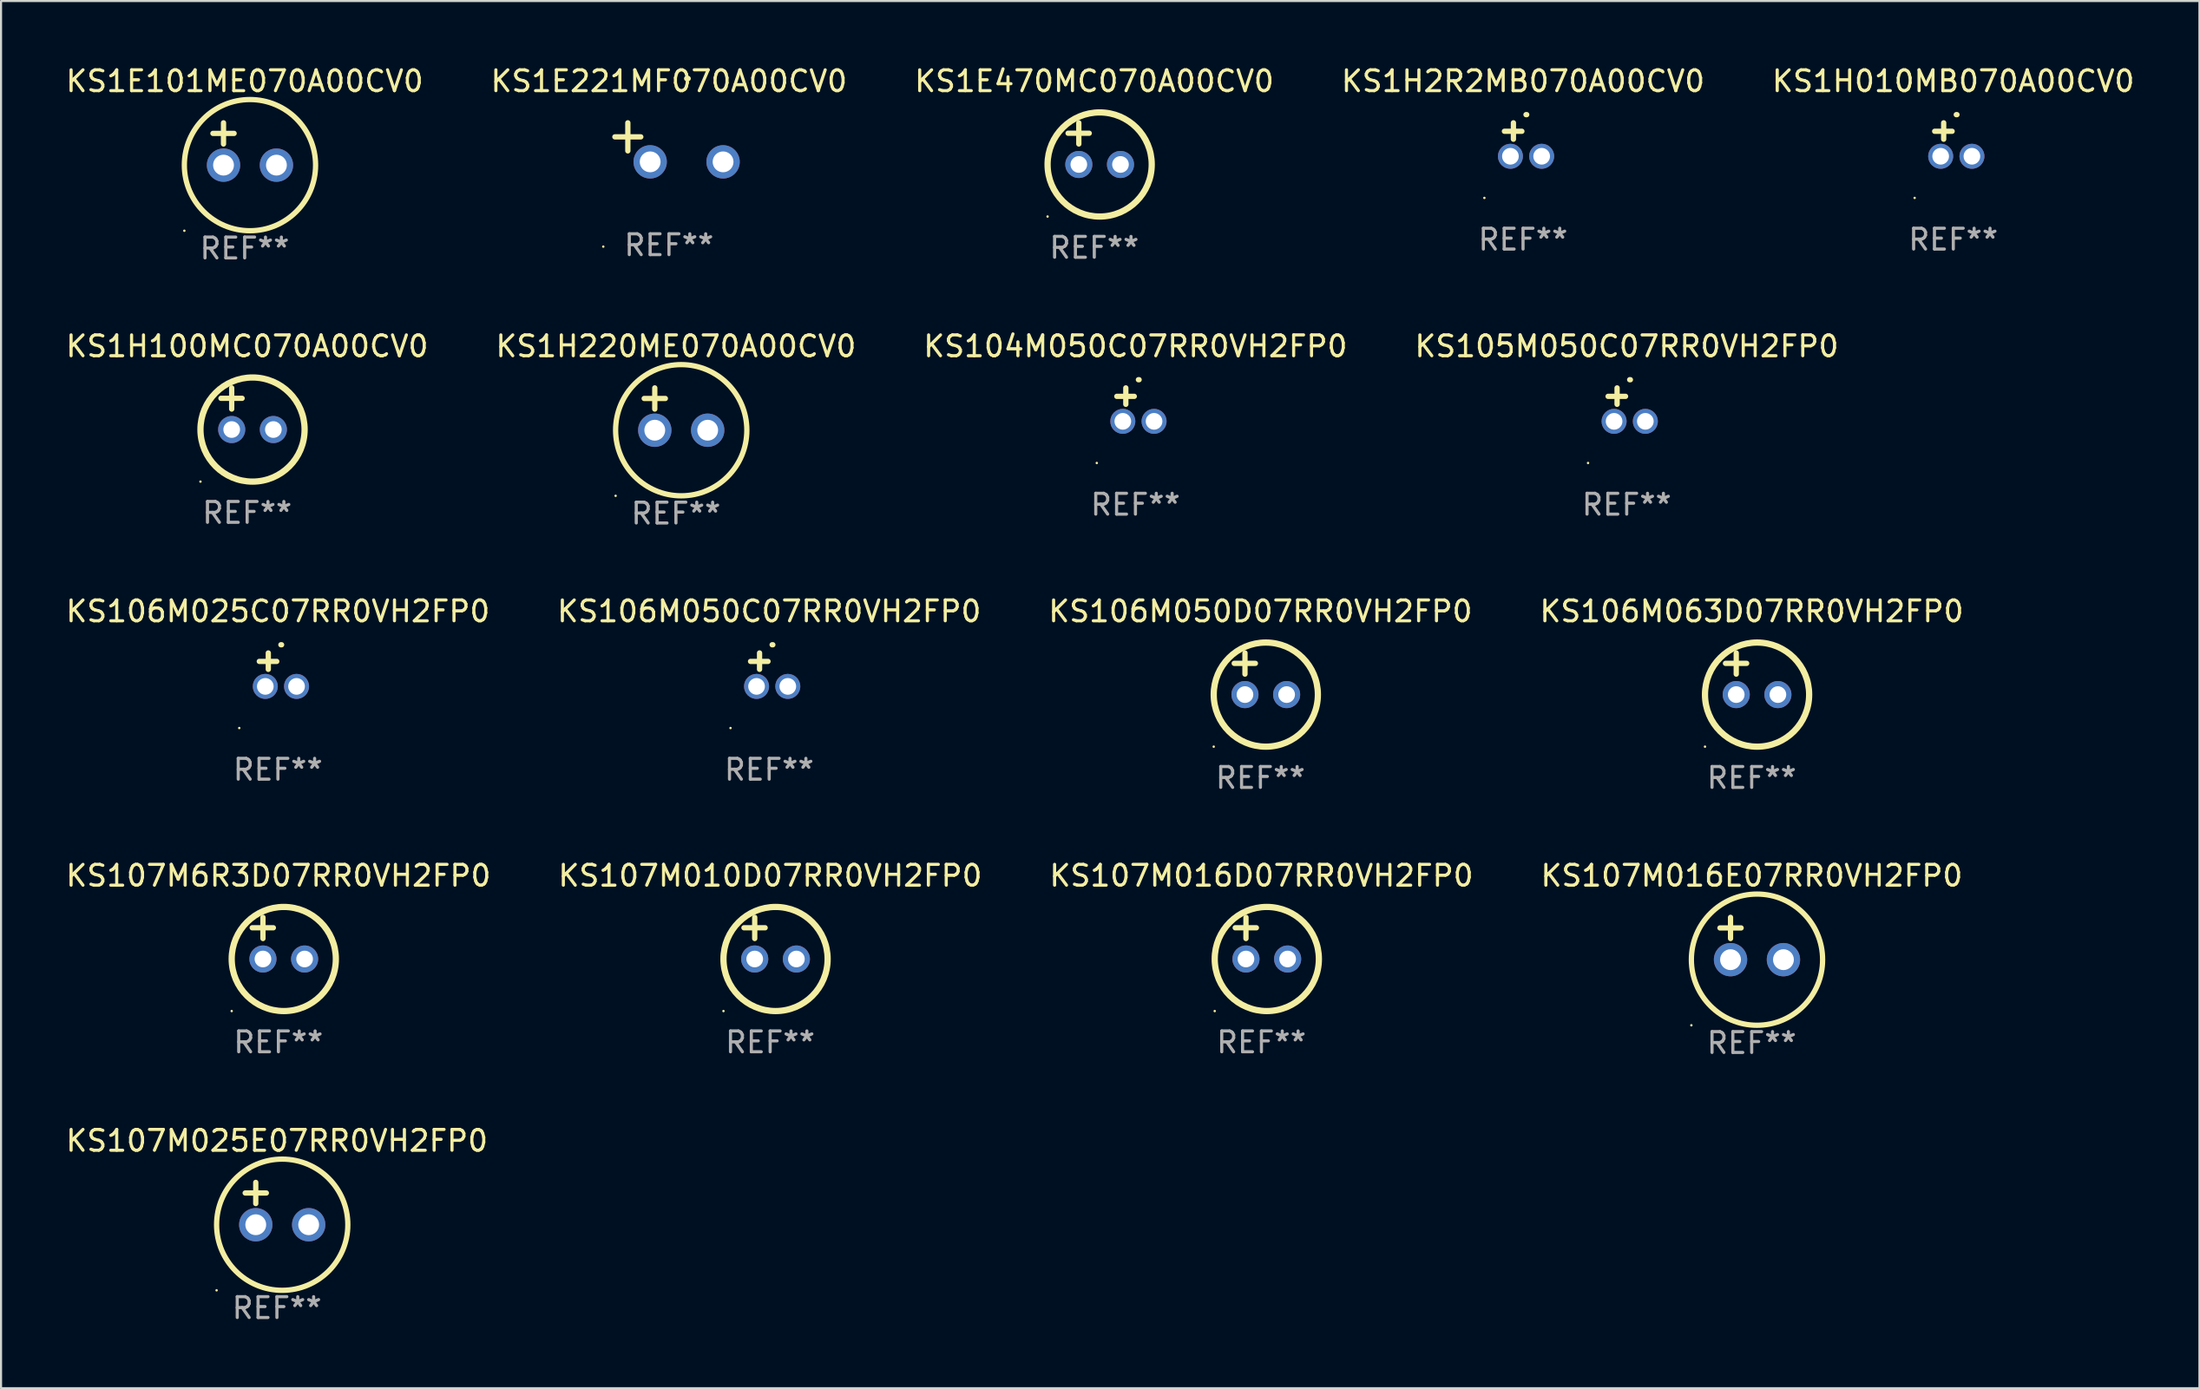
<source format=kicad_pcb>
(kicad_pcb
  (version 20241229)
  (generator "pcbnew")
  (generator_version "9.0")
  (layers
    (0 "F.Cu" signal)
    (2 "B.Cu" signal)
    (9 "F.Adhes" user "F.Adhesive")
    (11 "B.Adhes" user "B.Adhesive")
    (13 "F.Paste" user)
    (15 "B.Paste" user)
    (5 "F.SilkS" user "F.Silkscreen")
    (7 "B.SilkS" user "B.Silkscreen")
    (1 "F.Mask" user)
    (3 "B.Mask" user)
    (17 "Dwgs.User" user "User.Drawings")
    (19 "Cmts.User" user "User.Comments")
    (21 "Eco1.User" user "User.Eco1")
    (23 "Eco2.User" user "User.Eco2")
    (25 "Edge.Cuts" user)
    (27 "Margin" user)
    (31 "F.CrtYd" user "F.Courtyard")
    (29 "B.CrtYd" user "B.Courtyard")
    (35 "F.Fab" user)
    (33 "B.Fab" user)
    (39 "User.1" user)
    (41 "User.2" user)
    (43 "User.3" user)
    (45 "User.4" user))
  (footprint "KS104M050C07RR0VH2FP0"
    (layer "F.Cu")
    (at 51.458 16.38)
    (property "Reference" "KS104M050C07RR0VH2FP0" (at 0 -2.803 0) (layer "F.SilkS") (effects (font (size 1 1) (thickness 0.15))))
    (attr through_hole)
    (fp_line (start -0.462 -0.016) (end -0.462 -0.803) (stroke (width 0.254) (type solid)) (layer "F.SilkS"))
    (fp_line (start -0.056 -0.397) (end -0.894 -0.397) (stroke (width 0.254) (type solid)) (layer "F.SilkS"))
    (fp_arc (start 0.142799 -1.195784) (mid 0.159309 -1.195852) (end 0.175819 -1.195784) (stroke (width 0.254001) (type solid)) (layer "F.SilkS"))
    (fp_circle (center -1.856 2.803) (end -1.826 2.803) (stroke (width 0.06) (type solid)) (fill no) (layer "F.SilkS"))
    (fp_text user "REF**" (at 0 4.803 0) (layer "F.Fab") (effects (font (size 1 1) (thickness 0.15))))
    (pad "1" thru_hole circle (at -0.606 0.803) (size 1.2 1.2) (drill 0.8) (layers "*.Cu" "*.Mask"))
    (pad "2" thru_hole circle (at 0.894 0.803) (size 1.2 1.2) (drill 0.8) (layers "*.Cu" "*.Mask")))
  (footprint "KS1H2R2MB070A00CV0"
    (layer "F.Cu")
    (at 70.065 3.651)
    (property "Reference" "KS1H2R2MB070A00CV0" (at 0 -2.803 0) (layer "F.SilkS") (effects (font (size 1 1) (thickness 0.15))))
    (attr through_hole)
    (fp_line (start -0.462 -0.016) (end -0.462 -0.803) (stroke (width 0.254) (type solid)) (layer "F.SilkS"))
    (fp_line (start -0.056 -0.397) (end -0.894 -0.397) (stroke (width 0.254) (type solid)) (layer "F.SilkS"))
    (fp_arc (start 0.142799 -1.195784) (mid 0.159309 -1.195852) (end 0.175819 -1.195784) (stroke (width 0.254001) (type solid)) (layer "F.SilkS"))
    (fp_circle (center -1.856 2.803) (end -1.826 2.803) (stroke (width 0.06) (type solid)) (fill no) (layer "F.SilkS"))
    (fp_text user "REF**" (at 0 4.803 0) (layer "F.Fab") (effects (font (size 1 1) (thickness 0.15))))
    (pad "1" thru_hole circle (at -0.606 0.803) (size 1.2 1.2) (drill 0.8) (layers "*.Cu" "*.Mask"))
    (pad "2" thru_hole circle (at 0.894 0.803) (size 1.2 1.2) (drill 0.8) (layers "*.Cu" "*.Mask")))
  (footprint "KS106M050C07RR0VH2FP0"
    (layer "F.Cu")
    (at 33.875 29.108)
    (property "Reference" "KS106M050C07RR0VH2FP0" (at 0 -2.803 0) (layer "F.SilkS") (effects (font (size 1 1) (thickness 0.15))))
    (attr through_hole)
    (fp_line (start -0.462 -0.016) (end -0.462 -0.803) (stroke (width 0.254) (type solid)) (layer "F.SilkS"))
    (fp_line (start -0.056 -0.397) (end -0.894 -0.397) (stroke (width 0.254) (type solid)) (layer "F.SilkS"))
    (fp_arc (start 0.142799 -1.195784) (mid 0.159309 -1.195852) (end 0.175819 -1.195784) (stroke (width 0.254001) (type solid)) (layer "F.SilkS"))
    (fp_circle (center -1.856 2.803) (end -1.826 2.803) (stroke (width 0.06) (type solid)) (fill no) (layer "F.SilkS"))
    (fp_text user "REF**" (at 0 4.803 0) (layer "F.Fab") (effects (font (size 1 1) (thickness 0.15))))
    (pad "1" thru_hole circle (at -0.606 0.803) (size 1.2 1.2) (drill 0.8) (layers "*.Cu" "*.Mask"))
    (pad "2" thru_hole circle (at 0.894 0.803) (size 1.2 1.2) (drill 0.8) (layers "*.Cu" "*.Mask")))
  (footprint "KS1E470MC070A00CV0"
    (layer "F.Cu")
    (at 49.482 3.848)
    (property "Reference" "KS1E470MC070A00CV0" (at 0 -3 0) (layer "F.SilkS") (effects (font (size 1 1) (thickness 0.15))))
    (attr through_hole)
    (fp_line (start -1.258 -0.5) (end -0.242 -0.5) (stroke (width 0.254) (type solid)) (layer "F.SilkS"))
    (fp_line (start -0.742 -1) (end -0.742 0.016) (stroke (width 0.254) (type solid)) (layer "F.SilkS"))
    (fp_circle (center -2.242 3.5) (end -2.212 3.5) (stroke (width 0.06) (type solid)) (fill no) (layer "F.SilkS"))
    (fp_circle (center 0.258 1) (end 2.758 1) (stroke (width 0.3) (type solid)) (fill no) (layer "F.SilkS"))
    (fp_text user "REF**" (at 0 5 0) (layer "F.Fab") (effects (font (size 1 1) (thickness 0.15))))
    (pad "1" thru_hole circle (at -0.742 1) (size 1.3 1.3) (drill 0.8) (layers "*.Cu" "*.Mask"))
    (pad "2" thru_hole circle (at 1.258 1) (size 1.3 1.3) (drill 0.8) (layers "*.Cu" "*.Mask")))
  (footprint "KS107M6R3D07RR0VH2FP0"
    (layer "F.Cu")
    (at 10.315 42.002)
    (property "Reference" "KS107M6R3D07RR0VH2FP0" (at 0 -3 0) (layer "F.SilkS") (effects (font (size 1 1) (thickness 0.15))))
    (attr through_hole)
    (fp_line (start -1.258 -0.5) (end -0.242 -0.5) (stroke (width 0.254) (type solid)) (layer "F.SilkS"))
    (fp_line (start -0.742 -1) (end -0.742 0.016) (stroke (width 0.254) (type solid)) (layer "F.SilkS"))
    (fp_circle (center -2.242 3.5) (end -2.212 3.5) (stroke (width 0.06) (type solid)) (fill no) (layer "F.SilkS"))
    (fp_circle (center 0.258 1) (end 2.758 1) (stroke (width 0.3) (type solid)) (fill no) (layer "F.SilkS"))
    (fp_text user "REF**" (at 0 5 0) (layer "F.Fab") (effects (font (size 1 1) (thickness 0.15))))
    (pad "1" thru_hole circle (at -0.742 1) (size 1.3 1.3) (drill 0.8) (layers "*.Cu" "*.Mask"))
    (pad "2" thru_hole circle (at 1.258 1) (size 1.3 1.3) (drill 0.8) (layers "*.Cu" "*.Mask")))
  (footprint "KS1E221MF070A00CV0"
    (layer "F.Cu")
    (at 29.065 3.785)
    (property "Reference" "KS1E221MF070A00CV0" (at 0 -2.937 0) (layer "F.SilkS") (effects (font (size 1 1) (thickness 0.15))))
    (attr through_hole)
    (fp_line (start -1.975 0.41) (end -1.975 -0.937) (stroke (width 0.254) (type solid)) (layer "F.SilkS"))
    (fp_line (start -1.353 -0.263) (end -2.597 -0.263) (stroke (width 0.254) (type solid)) (layer "F.SilkS"))
    (fp_arc (start 0.849809 -3.063957) (mid 0.885369 -3.064114) (end 0.920929 -3.063957) (stroke (width 0.254001) (type solid)) (layer "F.SilkS"))
    (fp_circle (center -3.154 5.008) (end -3.124 5.008) (stroke (width 0.06) (type solid)) (fill no) (layer "F.SilkS"))
    (fp_text user "REF**" (at 0 4.937 0) (layer "F.Fab") (effects (font (size 1 1) (thickness 0.15))))
    (pad "1" thru_hole circle (at -0.903 0.937) (size 1.6 1.6) (drill 1) (layers "*.Cu" "*.Mask"))
    (pad "2" thru_hole circle (at 2.597 0.937) (size 1.6 1.6) (drill 1) (layers "*.Cu" "*.Mask")))
  (footprint "KS105M050C07RR0VH2FP0"
    (layer "F.Cu")
    (at 75.042 16.38)
    (property "Reference" "KS105M050C07RR0VH2FP0" (at 0 -2.803 0) (layer "F.SilkS") (effects (font (size 1 1) (thickness 0.15))))
    (attr through_hole)
    (fp_line (start -0.462 -0.016) (end -0.462 -0.803) (stroke (width 0.254) (type solid)) (layer "F.SilkS"))
    (fp_line (start -0.056 -0.397) (end -0.894 -0.397) (stroke (width 0.254) (type solid)) (layer "F.SilkS"))
    (fp_arc (start 0.142799 -1.195784) (mid 0.159309 -1.195852) (end 0.175819 -1.195784) (stroke (width 0.254001) (type solid)) (layer "F.SilkS"))
    (fp_circle (center -1.856 2.803) (end -1.826 2.803) (stroke (width 0.06) (type solid)) (fill no) (layer "F.SilkS"))
    (fp_text user "REF**" (at 0 4.803 0) (layer "F.Fab") (effects (font (size 1 1) (thickness 0.15))))
    (pad "1" thru_hole circle (at -0.606 0.803) (size 1.2 1.2) (drill 0.8) (layers "*.Cu" "*.Mask"))
    (pad "2" thru_hole circle (at 0.894 0.803) (size 1.2 1.2) (drill 0.8) (layers "*.Cu" "*.Mask")))
  (footprint "KS107M010D07RR0VH2FP0"
    (layer "F.Cu")
    (at 33.923 42.002)
    (property "Reference" "KS107M010D07RR0VH2FP0" (at 0 -3 0) (layer "F.SilkS") (effects (font (size 1 1) (thickness 0.15))))
    (attr through_hole)
    (fp_line (start -1.258 -0.5) (end -0.242 -0.5) (stroke (width 0.254) (type solid)) (layer "F.SilkS"))
    (fp_line (start -0.742 -1) (end -0.742 0.016) (stroke (width 0.254) (type solid)) (layer "F.SilkS"))
    (fp_circle (center -2.242 3.5) (end -2.212 3.5) (stroke (width 0.06) (type solid)) (fill no) (layer "F.SilkS"))
    (fp_circle (center 0.258 1) (end 2.758 1) (stroke (width 0.3) (type solid)) (fill no) (layer "F.SilkS"))
    (fp_text user "REF**" (at 0 5 0) (layer "F.Fab") (effects (font (size 1 1) (thickness 0.15))))
    (pad "1" thru_hole circle (at -0.742 1) (size 1.3 1.3) (drill 0.8) (layers "*.Cu" "*.Mask"))
    (pad "2" thru_hole circle (at 1.258 1) (size 1.3 1.3) (drill 0.8) (layers "*.Cu" "*.Mask")))
  (footprint "KS106M063D07RR0VH2FP0"
    (layer "F.Cu")
    (at 81.042 29.305)
    (property "Reference" "KS106M063D07RR0VH2FP0" (at 0 -3 0) (layer "F.SilkS") (effects (font (size 1 1) (thickness 0.15))))
    (attr through_hole)
    (fp_line (start -1.258 -0.5) (end -0.242 -0.5) (stroke (width 0.254) (type solid)) (layer "F.SilkS"))
    (fp_line (start -0.742 -1) (end -0.742 0.016) (stroke (width 0.254) (type solid)) (layer "F.SilkS"))
    (fp_circle (center -2.242 3.5) (end -2.212 3.5) (stroke (width 0.06) (type solid)) (fill no) (layer "F.SilkS"))
    (fp_circle (center 0.258 1) (end 2.758 1) (stroke (width 0.3) (type solid)) (fill no) (layer "F.SilkS"))
    (fp_text user "REF**" (at 0 5 0) (layer "F.Fab") (effects (font (size 1 1) (thickness 0.15))))
    (pad "1" thru_hole circle (at -0.742 1) (size 1.3 1.3) (drill 0.8) (layers "*.Cu" "*.Mask"))
    (pad "2" thru_hole circle (at 1.258 1) (size 1.3 1.3) (drill 0.8) (layers "*.Cu" "*.Mask")))
  (footprint "KS107M016D07RR0VH2FP0"
    (layer "F.Cu")
    (at 57.506 42.002)
    (property "Reference" "KS107M016D07RR0VH2FP0" (at 0 -3 0) (layer "F.SilkS") (effects (font (size 1 1) (thickness 0.15))))
    (attr through_hole)
    (fp_line (start -1.258 -0.5) (end -0.242 -0.5) (stroke (width 0.254) (type solid)) (layer "F.SilkS"))
    (fp_line (start -0.742 -1) (end -0.742 0.016) (stroke (width 0.254) (type solid)) (layer "F.SilkS"))
    (fp_circle (center -2.242 3.5) (end -2.212 3.5) (stroke (width 0.06) (type solid)) (fill no) (layer "F.SilkS"))
    (fp_circle (center 0.258 1) (end 2.758 1) (stroke (width 0.3) (type solid)) (fill no) (layer "F.SilkS"))
    (fp_text user "REF**" (at 0 5 0) (layer "F.Fab") (effects (font (size 1 1) (thickness 0.15))))
    (pad "1" thru_hole circle (at -0.742 1) (size 1.3 1.3) (drill 0.8) (layers "*.Cu" "*.Mask"))
    (pad "2" thru_hole circle (at 1.258 1) (size 1.3 1.3) (drill 0.8) (layers "*.Cu" "*.Mask")))
  (footprint "KS107M025E07RR0VH2FP0"
    (layer "F.Cu")
    (at 10.244 54.746)
    (property "Reference" "KS107M025E07RR0VH2FP0" (at 0 -3.016 0) (layer "F.SilkS") (effects (font (size 1 1) (thickness 0.15))))
    (attr through_hole)
    (fp_line (start -1.524 -0.508) (end -0.508 -0.508) (stroke (width 0.254) (type solid)) (layer "F.SilkS"))
    (fp_line (start -1.016 -1.016) (end -1.016 0) (stroke (width 0.254) (type solid)) (layer "F.SilkS"))
    (fp_circle (center -2.896 4.166) (end -2.866 4.166) (stroke (width 0.06) (type solid)) (fill no) (layer "F.SilkS"))
    (fp_circle (center 0.254 1.016) (end 3.404 1.016) (stroke (width 0.254) (type solid)) (fill no) (layer "F.SilkS"))
    (fp_text user "REF**" (at 0 5.016 0) (layer "F.Fab") (effects (font (size 1 1) (thickness 0.15))))
    (pad "1" thru_hole circle (at -1.016 1.016) (size 1.6 1.6) (drill 1) (layers "*.Cu" "*.Mask"))
    (pad "2" thru_hole circle (at 1.524 1.016) (size 1.6 1.6) (drill 1) (layers "*.Cu" "*.Mask")))
  (footprint "KS1E101ME070A00CV0"
    (layer "F.Cu")
    (at 8.696 3.864)
    (property "Reference" "KS1E101ME070A00CV0" (at 0 -3.016 0) (layer "F.SilkS") (effects (font (size 1 1) (thickness 0.15))))
    (attr through_hole)
    (fp_line (start -1.524 -0.508) (end -0.508 -0.508) (stroke (width 0.254) (type solid)) (layer "F.SilkS"))
    (fp_line (start -1.016 -1.016) (end -1.016 0) (stroke (width 0.254) (type solid)) (layer "F.SilkS"))
    (fp_circle (center -2.896 4.166) (end -2.866 4.166) (stroke (width 0.06) (type solid)) (fill no) (layer "F.SilkS"))
    (fp_circle (center 0.254 1.016) (end 3.404 1.016) (stroke (width 0.254) (type solid)) (fill no) (layer "F.SilkS"))
    (fp_text user "REF**" (at 0 5.016 0) (layer "F.Fab") (effects (font (size 1 1) (thickness 0.15))))
    (pad "1" thru_hole circle (at -1.016 1.016) (size 1.6 1.6) (drill 1) (layers "*.Cu" "*.Mask"))
    (pad "2" thru_hole circle (at 1.524 1.016) (size 1.6 1.6) (drill 1) (layers "*.Cu" "*.Mask")))
  (footprint "KS106M050D07RR0VH2FP0"
    (layer "F.Cu")
    (at 57.458 29.305)
    (property "Reference" "KS106M050D07RR0VH2FP0" (at 0 -3 0) (layer "F.SilkS") (effects (font (size 1 1) (thickness 0.15))))
    (attr through_hole)
    (fp_line (start -1.258 -0.5) (end -0.242 -0.5) (stroke (width 0.254) (type solid)) (layer "F.SilkS"))
    (fp_line (start -0.742 -1) (end -0.742 0.016) (stroke (width 0.254) (type solid)) (layer "F.SilkS"))
    (fp_circle (center -2.242 3.5) (end -2.212 3.5) (stroke (width 0.06) (type solid)) (fill no) (layer "F.SilkS"))
    (fp_circle (center 0.258 1) (end 2.758 1) (stroke (width 0.3) (type solid)) (fill no) (layer "F.SilkS"))
    (fp_text user "REF**" (at 0 5 0) (layer "F.Fab") (effects (font (size 1 1) (thickness 0.15))))
    (pad "1" thru_hole circle (at -0.742 1) (size 1.3 1.3) (drill 0.8) (layers "*.Cu" "*.Mask"))
    (pad "2" thru_hole circle (at 1.258 1) (size 1.3 1.3) (drill 0.8) (layers "*.Cu" "*.Mask")))
  (footprint "KS1H100MC070A00CV0"
    (layer "F.Cu")
    (at 8.815 16.577)
    (property "Reference" "KS1H100MC070A00CV0" (at 0 -3 0) (layer "F.SilkS") (effects (font (size 1 1) (thickness 0.15))))
    (attr through_hole)
    (fp_line (start -1.258 -0.5) (end -0.242 -0.5) (stroke (width 0.254) (type solid)) (layer "F.SilkS"))
    (fp_line (start -0.742 -1) (end -0.742 0.016) (stroke (width 0.254) (type solid)) (layer "F.SilkS"))
    (fp_circle (center -2.242 3.5) (end -2.212 3.5) (stroke (width 0.06) (type solid)) (fill no) (layer "F.SilkS"))
    (fp_circle (center 0.258 1) (end 2.758 1) (stroke (width 0.3) (type solid)) (fill no) (layer "F.SilkS"))
    (fp_text user "REF**" (at 0 5 0) (layer "F.Fab") (effects (font (size 1 1) (thickness 0.15))))
    (pad "1" thru_hole circle (at -0.742 1) (size 1.3 1.3) (drill 0.8) (layers "*.Cu" "*.Mask"))
    (pad "2" thru_hole circle (at 1.258 1) (size 1.3 1.3) (drill 0.8) (layers "*.Cu" "*.Mask")))
  (footprint "KS106M025C07RR0VH2FP0"
    (layer "F.Cu")
    (at 10.292 29.108)
    (property "Reference" "KS106M025C07RR0VH2FP0" (at 0 -2.803 0) (layer "F.SilkS") (effects (font (size 1 1) (thickness 0.15))))
    (attr through_hole)
    (fp_line (start -0.462 -0.016) (end -0.462 -0.803) (stroke (width 0.254) (type solid)) (layer "F.SilkS"))
    (fp_line (start -0.056 -0.397) (end -0.894 -0.397) (stroke (width 0.254) (type solid)) (layer "F.SilkS"))
    (fp_arc (start 0.142799 -1.195784) (mid 0.159309 -1.195852) (end 0.175819 -1.195784) (stroke (width 0.254001) (type solid)) (layer "F.SilkS"))
    (fp_circle (center -1.856 2.803) (end -1.826 2.803) (stroke (width 0.06) (type solid)) (fill no) (layer "F.SilkS"))
    (fp_text user "REF**" (at 0 4.803 0) (layer "F.Fab") (effects (font (size 1 1) (thickness 0.15))))
    (pad "1" thru_hole circle (at -0.606 0.803) (size 1.2 1.2) (drill 0.8) (layers "*.Cu" "*.Mask"))
    (pad "2" thru_hole circle (at 0.894 0.803) (size 1.2 1.2) (drill 0.8) (layers "*.Cu" "*.Mask")))
  (footprint "KS1H010MB070A00CV0"
    (layer "F.Cu")
    (at 90.72 3.651)
    (property "Reference" "KS1H010MB070A00CV0" (at 0 -2.803 0) (layer "F.SilkS") (effects (font (size 1 1) (thickness 0.15))))
    (attr through_hole)
    (fp_line (start -0.462 -0.016) (end -0.462 -0.803) (stroke (width 0.254) (type solid)) (layer "F.SilkS"))
    (fp_line (start -0.056 -0.397) (end -0.894 -0.397) (stroke (width 0.254) (type solid)) (layer "F.SilkS"))
    (fp_arc (start 0.142799 -1.195784) (mid 0.159309 -1.195852) (end 0.175819 -1.195784) (stroke (width 0.254001) (type solid)) (layer "F.SilkS"))
    (fp_circle (center -1.856 2.803) (end -1.826 2.803) (stroke (width 0.06) (type solid)) (fill no) (layer "F.SilkS"))
    (fp_text user "REF**" (at 0 4.803 0) (layer "F.Fab") (effects (font (size 1 1) (thickness 0.15))))
    (pad "1" thru_hole circle (at -0.606 0.803) (size 1.2 1.2) (drill 0.8) (layers "*.Cu" "*.Mask"))
    (pad "2" thru_hole circle (at 0.894 0.803) (size 1.2 1.2) (drill 0.8) (layers "*.Cu" "*.Mask")))
  (footprint "KS1H220ME070A00CV0"
    (layer "F.Cu")
    (at 29.399 16.593)
    (property "Reference" "KS1H220ME070A00CV0" (at 0 -3.016 0) (layer "F.SilkS") (effects (font (size 1 1) (thickness 0.15))))
    (attr through_hole)
    (fp_line (start -1.524 -0.508) (end -0.508 -0.508) (stroke (width 0.254) (type solid)) (layer "F.SilkS"))
    (fp_line (start -1.016 -1.016) (end -1.016 0) (stroke (width 0.254) (type solid)) (layer "F.SilkS"))
    (fp_circle (center -2.896 4.166) (end -2.866 4.166) (stroke (width 0.06) (type solid)) (fill no) (layer "F.SilkS"))
    (fp_circle (center 0.254 1.016) (end 3.404 1.016) (stroke (width 0.254) (type solid)) (fill no) (layer "F.SilkS"))
    (fp_text user "REF**" (at 0 5.016 0) (layer "F.Fab") (effects (font (size 1 1) (thickness 0.15))))
    (pad "1" thru_hole circle (at -1.016 1.016) (size 1.6 1.6) (drill 1) (layers "*.Cu" "*.Mask"))
    (pad "2" thru_hole circle (at 1.524 1.016) (size 1.6 1.6) (drill 1) (layers "*.Cu" "*.Mask")))
  (footprint "KS107M016E07RR0VH2FP0"
    (layer "F.Cu")
    (at 81.042 42.018)
    (property "Reference" "KS107M016E07RR0VH2FP0" (at 0 -3.016 0) (layer "F.SilkS") (effects (font (size 1 1) (thickness 0.15))))
    (attr through_hole)
    (fp_line (start -1.524 -0.508) (end -0.508 -0.508) (stroke (width 0.254) (type solid)) (layer "F.SilkS"))
    (fp_line (start -1.016 -1.016) (end -1.016 0) (stroke (width 0.254) (type solid)) (layer "F.SilkS"))
    (fp_circle (center -2.896 4.166) (end -2.866 4.166) (stroke (width 0.06) (type solid)) (fill no) (layer "F.SilkS"))
    (fp_circle (center 0.254 1.016) (end 3.404 1.016) (stroke (width 0.254) (type solid)) (fill no) (layer "F.SilkS"))
    (fp_text user "REF**" (at 0 5.016 0) (layer "F.Fab") (effects (font (size 1 1) (thickness 0.15))))
    (pad "1" thru_hole circle (at -1.016 1.016) (size 1.6 1.6) (drill 1) (layers "*.Cu" "*.Mask"))
    (pad "2" thru_hole circle (at 1.524 1.016) (size 1.6 1.6) (drill 1) (layers "*.Cu" "*.Mask")))
  (gr_rect
    (start -3 -3)
    (end 102.536 63.611)
    (stroke (width 0.1) (type default))
    (fill no)
    (layer "Edge.Cuts")))
</source>
